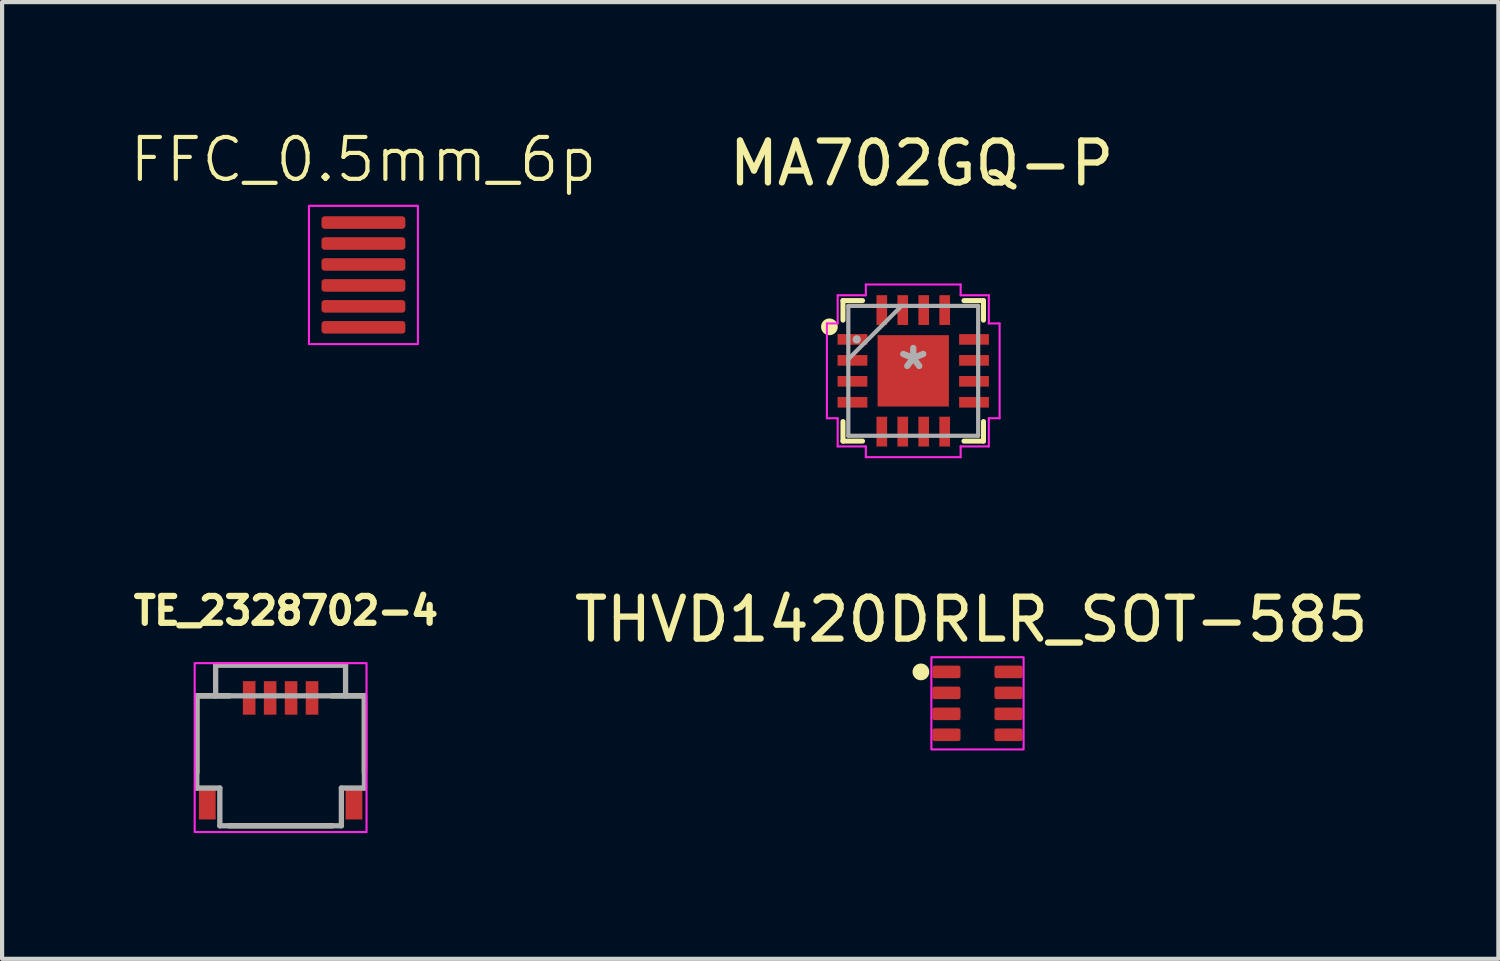
<source format=kicad_pcb>
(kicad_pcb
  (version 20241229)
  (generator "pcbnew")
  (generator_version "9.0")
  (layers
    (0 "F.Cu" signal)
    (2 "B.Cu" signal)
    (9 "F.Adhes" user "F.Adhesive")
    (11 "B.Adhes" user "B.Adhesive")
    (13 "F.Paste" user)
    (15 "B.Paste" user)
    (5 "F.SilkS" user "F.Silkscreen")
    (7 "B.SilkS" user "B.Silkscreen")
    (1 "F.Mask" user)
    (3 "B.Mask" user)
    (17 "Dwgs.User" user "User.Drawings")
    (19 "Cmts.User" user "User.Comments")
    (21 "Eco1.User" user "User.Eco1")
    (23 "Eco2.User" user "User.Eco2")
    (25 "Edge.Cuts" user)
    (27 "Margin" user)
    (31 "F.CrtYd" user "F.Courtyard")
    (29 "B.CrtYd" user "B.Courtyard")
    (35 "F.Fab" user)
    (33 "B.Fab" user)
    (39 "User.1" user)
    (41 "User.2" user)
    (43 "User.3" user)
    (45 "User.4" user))
  (footprint "MA702GQ-P"
    (layer "F.Cu")
    (at 18.739 5.798)
    (property "Reference" "MA702GQ-P" (at 0.2 -4.95 0) (layer "F.SilkS") (effects (font (size 1 1) (thickness 0.15))))
    (attr smd)
    (fp_line (start -1.676 -1.676) (end -1.676 -1.21) (stroke (width 0.12) (type solid)) (layer "F.SilkS"))
    (fp_line (start -1.676 1.21) (end -1.676 1.676) (stroke (width 0.12) (type solid)) (layer "F.SilkS"))
    (fp_line (start -1.676 1.676) (end -1.21 1.676) (stroke (width 0.12) (type solid)) (layer "F.SilkS"))
    (fp_line (start -1.21 -1.676) (end -1.676 -1.676) (stroke (width 0.12) (type solid)) (layer "F.SilkS"))
    (fp_line (start 1.21 1.676) (end 1.676 1.676) (stroke (width 0.12) (type solid)) (layer "F.SilkS"))
    (fp_line (start 1.676 -1.676) (end 1.21 -1.676) (stroke (width 0.12) (type solid)) (layer "F.SilkS"))
    (fp_line (start 1.676 -1.21) (end 1.676 -1.676) (stroke (width 0.12) (type solid)) (layer "F.SilkS"))
    (fp_line (start 1.676 1.676) (end 1.676 1.21) (stroke (width 0.12) (type solid)) (layer "F.SilkS"))
    (fp_circle (center -2 -1.05) (end -1.8 -1.05) (stroke (width 0) (type solid)) (fill yes) (layer "F.SilkS"))
    (fp_line (start -2.06 -1.131) (end -1.803 -1.131) (stroke (width 0.05) (type solid)) (layer "F.CrtYd"))
    (fp_line (start -2.06 1.131) (end -2.06 -1.131) (stroke (width 0.05) (type solid)) (layer "F.CrtYd"))
    (fp_line (start -1.803 -1.803) (end -1.131 -1.803) (stroke (width 0.05) (type solid)) (layer "F.CrtYd"))
    (fp_line (start -1.803 -1.131) (end -1.803 -1.803) (stroke (width 0.05) (type solid)) (layer "F.CrtYd"))
    (fp_line (start -1.803 1.131) (end -2.06 1.131) (stroke (width 0.05) (type solid)) (layer "F.CrtYd"))
    (fp_line (start -1.803 1.803) (end -1.803 1.131) (stroke (width 0.05) (type solid)) (layer "F.CrtYd"))
    (fp_line (start -1.131 -2.06) (end 1.131 -2.06) (stroke (width 0.05) (type solid)) (layer "F.CrtYd"))
    (fp_line (start -1.131 -1.803) (end -1.131 -2.06) (stroke (width 0.05) (type solid)) (layer "F.CrtYd"))
    (fp_line (start -1.131 1.803) (end -1.803 1.803) (stroke (width 0.05) (type solid)) (layer "F.CrtYd"))
    (fp_line (start -1.131 2.06) (end -1.131 1.803) (stroke (width 0.05) (type solid)) (layer "F.CrtYd"))
    (fp_line (start 1.131 -2.06) (end 1.131 -1.803) (stroke (width 0.05) (type solid)) (layer "F.CrtYd"))
    (fp_line (start 1.131 -1.803) (end 1.803 -1.803) (stroke (width 0.05) (type solid)) (layer "F.CrtYd"))
    (fp_line (start 1.131 1.803) (end 1.131 2.06) (stroke (width 0.05) (type solid)) (layer "F.CrtYd"))
    (fp_line (start 1.131 2.06) (end -1.131 2.06) (stroke (width 0.05) (type solid)) (layer "F.CrtYd"))
    (fp_line (start 1.803 -1.803) (end 1.803 -1.131) (stroke (width 0.05) (type solid)) (layer "F.CrtYd"))
    (fp_line (start 1.803 -1.131) (end 2.06 -1.131) (stroke (width 0.05) (type solid)) (layer "F.CrtYd"))
    (fp_line (start 1.803 1.131) (end 1.803 1.803) (stroke (width 0.05) (type solid)) (layer "F.CrtYd"))
    (fp_line (start 1.803 1.803) (end 1.131 1.803) (stroke (width 0.05) (type solid)) (layer "F.CrtYd"))
    (fp_line (start 2.06 -1.131) (end 2.06 1.131) (stroke (width 0.05) (type solid)) (layer "F.CrtYd"))
    (fp_line (start 2.06 1.131) (end 1.803 1.131) (stroke (width 0.05) (type solid)) (layer "F.CrtYd"))
    (fp_line (start -1.549 -1.549) (end -1.549 1.549) (stroke (width 0.1) (type solid)) (layer "F.Fab"))
    (fp_line (start -1.549 -0.279) (end -0.279 -1.549) (stroke (width 0.1) (type solid)) (layer "F.Fab"))
    (fp_line (start -1.549 1.549) (end 1.549 1.549) (stroke (width 0.1) (type solid)) (layer "F.Fab"))
    (fp_line (start 1.549 -1.549) (end -1.549 -1.549) (stroke (width 0.1) (type solid)) (layer "F.Fab"))
    (fp_line (start 1.549 1.549) (end 1.549 -1.549) (stroke (width 0.1) (type solid)) (layer "F.Fab"))
    (fp_circle (center -1.348 -0.75) (end -1.348 -0.75) (stroke (width 0.1) (type solid)) (fill no) (layer "F.Fab"))
    (fp_text user "*" (at 0 0 0) (layer "F.Fab") (effects (font (size 1 1) (thickness 0.15))))
    (pad "1" smd rect (at -1.45 -0.75) (size 0.711 0.254) (layers "F.Cu" "F.Mask" "F.Paste"))
    (pad "2" smd rect (at -1.45 -0.25) (size 0.711 0.254) (layers "F.Cu" "F.Mask" "F.Paste"))
    (pad "3" smd rect (at -1.45 0.25) (size 0.711 0.254) (layers "F.Cu" "F.Mask" "F.Paste"))
    (pad "4" smd rect (at -1.45 0.75) (size 0.711 0.254) (layers "F.Cu" "F.Mask" "F.Paste"))
    (pad "5" smd rect (at -0.75 1.45 90) (size 0.711 0.254) (layers "F.Cu" "F.Mask" "F.Paste"))
    (pad "6" smd rect (at -0.25 1.45 90) (size 0.711 0.254) (layers "F.Cu" "F.Mask" "F.Paste"))
    (pad "7" smd rect (at 0.25 1.45 90) (size 0.711 0.254) (layers "F.Cu" "F.Mask" "F.Paste"))
    (pad "8" smd rect (at 0.75 1.45 90) (size 0.711 0.254) (layers "F.Cu" "F.Mask" "F.Paste"))
    (pad "9" smd rect (at 1.45 0.75) (size 0.711 0.254) (layers "F.Cu" "F.Mask" "F.Paste"))
    (pad "10" smd rect (at 1.45 0.25) (size 0.711 0.254) (layers "F.Cu" "F.Mask" "F.Paste"))
    (pad "11" smd rect (at 1.45 -0.25) (size 0.711 0.254) (layers "F.Cu" "F.Mask" "F.Paste"))
    (pad "12" smd rect (at 1.45 -0.75) (size 0.711 0.254) (layers "F.Cu" "F.Mask" "F.Paste"))
    (pad "13" smd rect (at 0.75 -1.45 90) (size 0.711 0.254) (layers "F.Cu" "F.Mask" "F.Paste"))
    (pad "14" smd rect (at 0.25 -1.45 90) (size 0.711 0.254) (layers "F.Cu" "F.Mask" "F.Paste"))
    (pad "15" smd rect (at -0.25 -1.45 90) (size 0.711 0.254) (layers "F.Cu" "F.Mask" "F.Paste"))
    (pad "16" smd rect (at -0.75 -1.45 90) (size 0.711 0.254) (layers "F.Cu" "F.Mask" "F.Paste"))
    (pad "17" smd rect (at 0 0) (size 1.702 1.702) (layers "F.Cu" "F.Mask" "F.Paste")))
  (footprint "FFC_0.5mm_6p"
    (layer "F.Cu")
    (at 5.621 2.26)
    (property "Reference" "FFC_0.5mm_6p" (at 0 -1.5 0) (unlocked yes) (layer "F.SilkS") (effects (font (size 1 1) (thickness 0.1))))
    (attr exclude_from_pos_files exclude_from_bom allow_missing_courtyard)
    (fp_rect (start -1.3 -0.4) (end 1.3 2.9) (stroke (width 0.05) (type default)) (fill no) (layer "F.CrtYd"))
    (pad "1" smd roundrect (at 0 0) (size 2 0.3) (layers "F.Cu" "F.Mask") (roundrect_rratio 0.25))
    (pad "2" smd roundrect (at 0 0.5) (size 2 0.3) (layers "F.Cu" "F.Mask") (roundrect_rratio 0.25))
    (pad "3" smd roundrect (at 0 1) (size 2 0.3) (layers "F.Cu" "F.Mask") (roundrect_rratio 0.25))
    (pad "4" smd roundrect (at 0 1.5) (size 2 0.3) (layers "F.Cu" "F.Mask") (roundrect_rratio 0.25))
    (pad "5" smd roundrect (at 0 2) (size 2 0.3) (layers "F.Cu" "F.Mask") (roundrect_rratio 0.25))
    (pad "6" smd roundrect (at 0 2.5) (size 2 0.3) (layers "F.Cu" "F.Mask") (roundrect_rratio 0.25)))
  (footprint "TE_2328702-4"
    (layer "F.Cu")
    (at 3.645 15.102)
    (property "Reference" "TE_2328702-4" (at 0.127 -3.581 0) (layer "F.SilkS") (effects (font (size 0.64 0.64) (thickness 0.15))))
    (attr smd)
    (fp_line (start -2 -1.55) (end -2 0.285) (stroke (width 0.127) (type solid)) (layer "F.SilkS"))
    (fp_line (start -1.235 1.55) (end 1.235 1.55) (stroke (width 0.127) (type solid)) (layer "F.SilkS"))
    (fp_line (start -1.22 -1.55) (end -2 -1.55) (stroke (width 0.127) (type solid)) (layer "F.SilkS"))
    (fp_line (start 1.22 -1.55) (end 2 -1.55) (stroke (width 0.127) (type solid)) (layer "F.SilkS"))
    (fp_line (start 2 -1.55) (end 2 0.285) (stroke (width 0.127) (type solid)) (layer "F.SilkS"))
    (fp_poly (pts (xy -2.05 -2.33) (xy -2.05 1.7) (xy 2.05 1.7) (xy 2.05 -2.33)) (stroke (width 0.05) (type solid)) (fill no) (layer "F.CrtYd"))
    (fp_line (start -2 -1.55) (end -1.55 -1.55) (stroke (width 0.127) (type solid)) (layer "F.Fab"))
    (fp_line (start -2 0.65) (end -2 -1.55) (stroke (width 0.127) (type solid)) (layer "F.Fab"))
    (fp_line (start -1.55 -2.28) (end 1.55 -2.28) (stroke (width 0.127) (type solid)) (layer "F.Fab"))
    (fp_line (start -1.55 -1.55) (end -1.55 -2.28) (stroke (width 0.127) (type solid)) (layer "F.Fab"))
    (fp_line (start -1.55 -1.55) (end 1.55 -1.55) (stroke (width 0.127) (type solid)) (layer "F.Fab"))
    (fp_line (start -1.45 0.65) (end -2 0.65) (stroke (width 0.127) (type solid)) (layer "F.Fab"))
    (fp_line (start -1.45 1.55) (end -1.45 0.65) (stroke (width 0.127) (type solid)) (layer "F.Fab"))
    (fp_line (start 1.45 0.65) (end 1.45 1.55) (stroke (width 0.127) (type solid)) (layer "F.Fab"))
    (fp_line (start 1.45 1.55) (end -1.45 1.55) (stroke (width 0.127) (type solid)) (layer "F.Fab"))
    (fp_line (start 1.55 -2.28) (end 1.55 -1.55) (stroke (width 0.127) (type solid)) (layer "F.Fab"))
    (fp_line (start 1.55 -1.55) (end 2 -1.55) (stroke (width 0.127) (type solid)) (layer "F.Fab"))
    (fp_line (start 2 -1.55) (end 2 0.65) (stroke (width 0.127) (type solid)) (layer "F.Fab"))
    (fp_line (start 2 0.65) (end 1.45 0.65) (stroke (width 0.127) (type solid)) (layer "F.Fab"))
    (pad "1" smd rect (at 0.75 -1.5) (size 0.3 0.8) (layers "F.Cu" "F.Mask" "F.Paste"))
    (pad "2" smd rect (at 0.25 -1.5) (size 0.3 0.8) (layers "F.Cu" "F.Mask" "F.Paste"))
    (pad "3" smd rect (at -0.25 -1.5) (size 0.3 0.8) (layers "F.Cu" "F.Mask" "F.Paste"))
    (pad "4" smd rect (at -0.75 -1.5) (size 0.3 0.8) (layers "F.Cu" "F.Mask" "F.Paste"))
    (pad "MP" smd rect (at -1.75 1) (size 0.4 0.8) (layers "F.Cu" "F.Mask" "F.Paste"))
    (pad "MP" smd rect (at 1.75 1) (size 0.4 0.8) (layers "F.Cu" "F.Mask" "F.Paste")))
  (footprint "THVD1420DRLR_SOT-585"
    (layer "F.Cu")
    (at 20.272 13.731)
    (property "Reference" "THVD1420DRLR_SOT-585" (at -0.15 -2 0) (layer "F.SilkS") (effects (font (size 1 1) (thickness 0.15))))
    (attr smd)
    (fp_circle (center -1.35 -0.75) (end -1.15 -0.75) (stroke (width 0) (type solid)) (fill yes) (layer "F.SilkS"))
    (fp_rect (start -1.1 -1.1) (end 1.1 1.1) (stroke (width 0.05) (type solid)) (fill no) (layer "F.CrtYd"))
    (pad "1" smd roundrect (at -0.74 -0.75) (size 0.67 0.3) (layers "F.Cu" "F.Mask" "F.Paste") (roundrect_rratio 0.167))
    (pad "2" smd roundrect (at -0.74 -0.25) (size 0.67 0.3) (layers "F.Cu" "F.Mask" "F.Paste") (roundrect_rratio 0.167))
    (pad "3" smd roundrect (at -0.74 0.25) (size 0.67 0.3) (layers "F.Cu" "F.Mask" "F.Paste") (roundrect_rratio 0.167))
    (pad "4" smd roundrect (at -0.74 0.75) (size 0.67 0.3) (layers "F.Cu" "F.Mask" "F.Paste") (roundrect_rratio 0.167))
    (pad "5" smd roundrect (at 0.74 0.75) (size 0.67 0.3) (layers "F.Cu" "F.Mask" "F.Paste") (roundrect_rratio 0.167))
    (pad "6" smd roundrect (at 0.74 0.25) (size 0.67 0.3) (layers "F.Cu" "F.Mask" "F.Paste") (roundrect_rratio 0.167))
    (pad "7" smd roundrect (at 0.74 -0.25) (size 0.67 0.3) (layers "F.Cu" "F.Mask" "F.Paste") (roundrect_rratio 0.167))
    (pad "8" smd roundrect (at 0.74 -0.75) (size 0.67 0.3) (layers "F.Cu" "F.Mask" "F.Paste") (roundrect_rratio 0.167)))
  (gr_rect
    (start -3 -3)
    (end 32.7 19.827)
    (stroke (width 0.1) (type default))
    (fill no)
    (layer "Edge.Cuts")))
</source>
